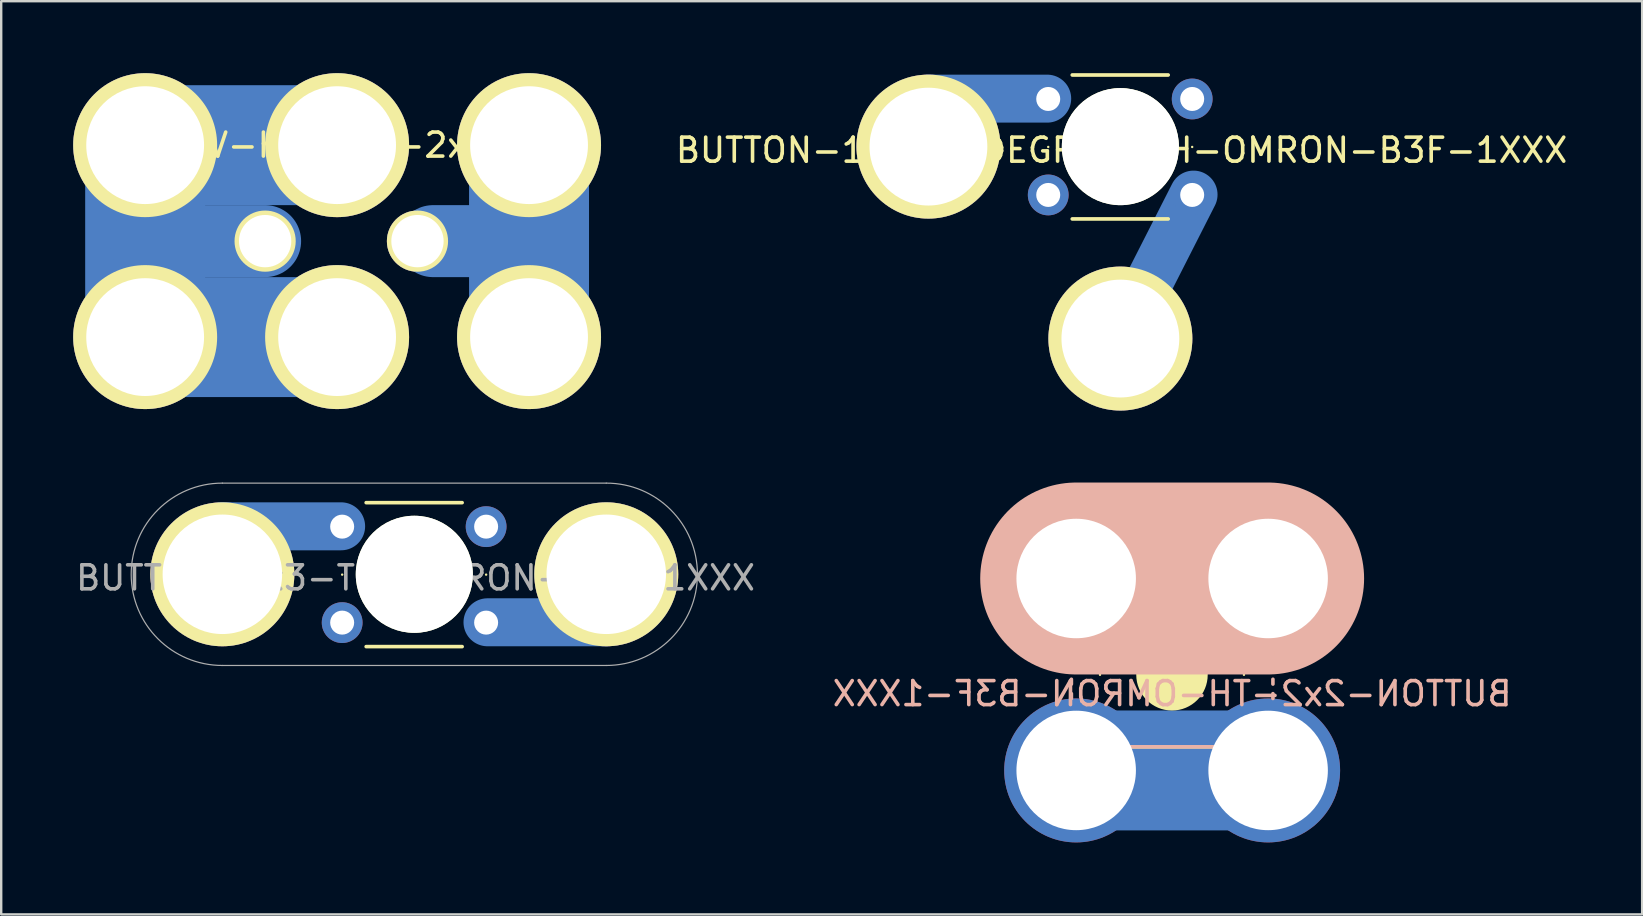
<source format=kicad_pcb>
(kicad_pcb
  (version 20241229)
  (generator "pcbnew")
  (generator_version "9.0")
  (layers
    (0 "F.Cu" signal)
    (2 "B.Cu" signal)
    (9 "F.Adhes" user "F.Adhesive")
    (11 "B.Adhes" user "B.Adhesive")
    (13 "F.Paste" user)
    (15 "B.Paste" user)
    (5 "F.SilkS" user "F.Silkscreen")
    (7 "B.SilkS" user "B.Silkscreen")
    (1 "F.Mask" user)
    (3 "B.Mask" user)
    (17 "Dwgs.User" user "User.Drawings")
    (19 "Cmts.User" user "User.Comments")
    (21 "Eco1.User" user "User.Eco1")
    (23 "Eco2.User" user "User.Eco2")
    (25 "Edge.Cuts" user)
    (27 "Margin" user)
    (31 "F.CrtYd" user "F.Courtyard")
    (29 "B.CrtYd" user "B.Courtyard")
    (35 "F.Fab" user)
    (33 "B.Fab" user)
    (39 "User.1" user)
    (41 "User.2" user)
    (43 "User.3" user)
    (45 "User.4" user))
  (footprint "BUTTON-1x3-90DEGREE-TH-OMRON-B3F-1XXX"
    (layer "F.Cu")
    (at 43.646 3.061)
    (property "Reference" "BUTTON-1x3-90DEGREE-TH-OMRON-B3F-1XXX" (at 0.05 0.15 0) (layer "F.SilkS") (effects (font (size 1 1) (thickness 0.15))))
    (attr through_hole)
    (fp_line (start -3.05 -2) (end -8 -2) (stroke (width 2) (type solid)) (layer "B.Cu"))
    (fp_line (start 0 8) (end 3.05 2) (stroke (width 2) (type solid)) (layer "B.Cu"))
    (fp_line (start -3.007 0.014) (end -3.007 0.014) (stroke (width 0.1) (type solid)) (layer "F.SilkS"))
    (fp_line (start -2.007 -2.986) (end 1.993 -2.986) (stroke (width 0.15) (type solid)) (layer "F.SilkS"))
    (fp_line (start -2.007 3.014) (end 1.993 3.014) (stroke (width 0.15) (type solid)) (layer "F.SilkS"))
    (fp_line (start 1.993 -2.986) (end -2.007 -2.986) (stroke (width 0.1) (type solid)) (layer "F.SilkS"))
    (fp_line (start 1.993 3.014) (end -2.007 3.014) (stroke (width 0.1) (type solid)) (layer "F.SilkS"))
    (fp_line (start 2.993 0.014) (end 2.993 0.014) (stroke (width 0.1) (type solid)) (layer "F.SilkS"))
    (fp_circle (center -0.007 0.014) (end 0.993 1.014) (stroke (width 0) (type solid)) (fill yes) (layer "F.SilkS"))
    (pad "" np_thru_hole circle (at 0 0) (size 4.88 4.88) (drill 4.91) (layers "*.Cu" "*.Mask" "F.SilkS"))
    (pad "1" thru_hole circle (at -8 0) (size 6 6) (drill 4.91) (layers "*.Cu" "*.Mask" "F.SilkS"))
    (pad "1" thru_hole circle (at -3.007 -1.986) (size 1.7 1.7) (drill 1) (layers "*.Cu" "*.Mask"))
    (pad "1" thru_hole circle (at 2.993 -1.986) (size 1.7 1.7) (drill 1) (layers "*.Cu" "*.Mask"))
    (pad "2" thru_hole circle (at -3.007 2.014) (size 1.7 1.7) (drill 1) (layers "*.Cu" "*.Mask"))
    (pad "2" thru_hole circle (at 0 8) (size 6 6) (drill 4.91) (layers "*.Cu" "*.Mask" "F.SilkS"))
    (pad "2" thru_hole circle (at 2.993 2.014) (size 1.7 1.7) (drill 1) (layers "*.Cu" "*.Mask")))
  (footprint "9V-HEADER-2x4"
    (layer "F.Cu")
    (at 15 7)
    (property "Reference" "9V-HEADER-2x4" (at -4 -4 0) (layer "F.SilkS") (effects (font (size 1 1) (thickness 0.15))))
    (attr through_hole)
    (fp_line (start -12 -4) (end -12 4) (stroke (width 5) (type solid)) (layer "B.Cu"))
    (fp_line (start -12 4) (end -4 4) (stroke (width 5) (type solid)) (layer "B.Cu"))
    (fp_line (start -7 0) (end -12 0) (stroke (width 3) (type solid)) (layer "B.Cu"))
    (fp_line (start -4 -4) (end -12 -4) (stroke (width 5) (type solid)) (layer "B.Cu"))
    (fp_line (start 0 0) (end 4 0) (stroke (width 3) (type solid)) (layer "B.Cu"))
    (fp_line (start 4 -4) (end 4 4) (stroke (width 5) (type solid)) (layer "B.Cu"))
    (fp_line (start -12 -4) (end -12 4) (stroke (width 5) (type solid)) (layer "B.Mask"))
    (fp_line (start -12 4) (end -4 4) (stroke (width 5) (type solid)) (layer "B.Mask"))
    (fp_line (start -7 0) (end -12 0) (stroke (width 3) (type solid)) (layer "B.Mask"))
    (fp_line (start -4 -4) (end -12 -4) (stroke (width 5) (type solid)) (layer "B.Mask"))
    (fp_line (start 0 0) (end 4 0) (stroke (width 3) (type solid)) (layer "B.Mask"))
    (fp_line (start 4 -4) (end 4 4) (stroke (width 5) (type solid)) (layer "B.Mask"))
    (pad "+" thru_hole circle (at -12 -4) (size 6 6) (drill 4.91) (layers "*.Cu" "*.Mask" "F.SilkS"))
    (pad "+" thru_hole circle (at -12 4) (size 6 6) (drill 4.91) (layers "*.Cu" "*.Mask" "F.SilkS"))
    (pad "+" thru_hole circle (at -7 0) (size 2.55 2.55) (drill 2.18) (layers "*.Cu" "*.Mask" "F.SilkS"))
    (pad "+" thru_hole circle (at -4 -4) (size 6 6) (drill 4.91) (layers "*.Cu" "*.Mask" "F.SilkS"))
    (pad "+" thru_hole circle (at -4 4) (size 6 6) (drill 4.91) (layers "*.Cu" "*.Mask" "F.SilkS"))
    (pad "-" thru_hole circle (at -0.65 0) (size 2.55 2.55) (drill 2.18) (layers "*.Cu" "*.Mask" "F.SilkS"))
    (pad "-" thru_hole circle (at 4 -4) (size 6 6) (drill 4.91) (layers "*.Cu" "*.Mask" "F.SilkS"))
    (pad "-" thru_hole circle (at 4 4) (size 6 6) (drill 4.91) (layers "*.Cu" "*.Mask" "F.SilkS")))
  (footprint "BUTTON-2x2-TH-OMRON-B3F-1XXX"
    (layer "F.Cu")
    (at 45.804 25.061)
    (property "Reference" "BUTTON-2x2-TH-OMRON-B3F-1XXX" (at 0 0.8 0) (layer "B.SilkS") (effects (font (size 1 1) (thickness 0.15)) (justify mirror)))
    (attr through_hole)
    (fp_line (start -4 -4) (end 4 -4) (stroke (width 5) (type solid)) (layer "B.Cu"))
    (fp_line (start -4 4) (end 4 4) (stroke (width 5) (type solid)) (layer "B.Cu"))
    (fp_line (start -4 -4) (end 4 -4) (stroke (width 5) (type solid)) (layer "B.Mask"))
    (fp_line (start -4 4) (end 4 4) (stroke (width 5) (type solid)) (layer "B.Mask"))
    (fp_line (start -3.007 0.014) (end -3.007 0.014) (stroke (width 0.1) (type solid)) (layer "F.SilkS"))
    (fp_line (start -2.007 -2.986) (end 1.993 -2.986) (stroke (width 0.15) (type solid)) (layer "F.SilkS"))
    (fp_line (start -2.007 3.014) (end 1.993 3.014) (stroke (width 0.15) (type solid)) (layer "F.SilkS"))
    (fp_line (start 1.993 -2.986) (end -2.007 -2.986) (stroke (width 0.1) (type solid)) (layer "F.SilkS"))
    (fp_line (start 1.993 3.014) (end -2.007 3.014) (stroke (width 0.1) (type solid)) (layer "F.SilkS"))
    (fp_line (start 2.993 0.014) (end 2.993 0.014) (stroke (width 0.1) (type solid)) (layer "F.SilkS"))
    (fp_circle (center -0.007 0.014) (end 0.993 1.014) (stroke (width 0) (type solid)) (fill yes) (layer "F.SilkS"))
    (fp_circle (center -0.007 0.014) (end 0.993 1.014) (stroke (width 0.15) (type solid)) (fill no) (layer "F.SilkS"))
    (fp_line (start -4.2 -1) (end -4.2 -0.8) (stroke (width 0.15) (type solid)) (layer "B.SilkS"))
    (fp_line (start -4.2 -0.4) (end -4.2 -0.2) (stroke (width 0.15) (type solid)) (layer "B.SilkS"))
    (fp_line (start -4.2 0.2) (end -4.2 0.4) (stroke (width 0.15) (type solid)) (layer "B.SilkS"))
    (fp_line (start -4.2 0.8) (end -4.2 1) (stroke (width 0.15) (type solid)) (layer "B.SilkS"))
    (fp_line (start -4 -4) (end 4 -4) (stroke (width 8) (type solid)) (layer "B.SilkS"))
    (fp_line (start -2.007 -3) (end 1.993 -3) (stroke (width 0.15) (type solid)) (layer "B.SilkS"))
    (fp_line (start -2.007 3.014) (end 1.993 3.014) (stroke (width 0.15) (type solid)) (layer "B.SilkS"))
    (fp_line (start 4.2 -1) (end 4.2 -0.8) (stroke (width 0.15) (type solid)) (layer "B.SilkS"))
    (fp_line (start 4.2 -0.4) (end 4.2 -0.2) (stroke (width 0.15) (type solid)) (layer "B.SilkS"))
    (fp_line (start 4.2 0.2) (end 4.2 0.4) (stroke (width 0.15) (type solid)) (layer "B.SilkS"))
    (fp_line (start 4.2 0.8) (end 4.2 1) (stroke (width 0.15) (type solid)) (layer "B.SilkS"))
    (pad "1" thru_hole circle (at -4 -4) (size 6 6) (drill 4.98) (layers "*.Cu" "*.Mask"))
    (pad "1" thru_hole circle (at 4 -4) (size 6 6) (drill 4.98) (layers "*.Cu" "*.Mask"))
    (pad "2" thru_hole circle (at -4 4) (size 6 6) (drill 4.98) (layers "*.Cu" "*.Mask"))
    (pad "2" thru_hole circle (at 4 4) (size 6 6) (drill 4.98) (layers "*.Cu" "*.Mask")))
  (footprint "BUTTON-1x3-TH-OMRON-B3F-1XXX"
    (layer "F.Cu")
    (at 6.218 20.886)
    (property "Reference" "BUTTON-1x3-TH-OMRON-B3F-1XXX" (at 8.05 0.15 0) (layer "F.Fab") (effects (font (size 1 1) (thickness 0.15))))
    (attr through_hole)
    (fp_line (start 4.95 -2) (end 0 -2) (stroke (width 2) (type solid)) (layer "B.Cu"))
    (fp_line (start 16 2) (end 11.05 2) (stroke (width 2) (type solid)) (layer "B.Cu"))
    (fp_line (start 4.993 0.014) (end 4.993 0.014) (stroke (width 0.1) (type solid)) (layer "F.SilkS"))
    (fp_line (start 5.993 -2.986) (end 9.993 -2.986) (stroke (width 0.15) (type solid)) (layer "F.SilkS"))
    (fp_line (start 5.993 3.014) (end 9.993 3.014) (stroke (width 0.15) (type solid)) (layer "F.SilkS"))
    (fp_line (start 9.993 -2.986) (end 5.993 -2.986) (stroke (width 0.1) (type solid)) (layer "F.SilkS"))
    (fp_line (start 9.993 3.014) (end 5.993 3.014) (stroke (width 0.1) (type solid)) (layer "F.SilkS"))
    (fp_line (start 10.993 0.014) (end 10.993 0.014) (stroke (width 0.1) (type solid)) (layer "F.SilkS"))
    (fp_circle (center 7.993 0.014) (end 8.993 1.014) (stroke (width 0) (type solid)) (fill yes) (layer "F.SilkS"))
    (fp_line (start 0 -3.8) (end 16 -3.8) (stroke (width 0.05) (type solid)) (layer "F.Fab"))
    (fp_line (start 16 3.8) (end 0 3.8) (stroke (width 0.05) (type solid)) (layer "F.Fab"))
    (fp_arc (start 0 3.8) (mid -3.8 0) (end 0 -3.8) (stroke (width 0.05) (type solid)) (layer "F.Fab"))
    (fp_arc (start 16 -3.8) (mid 19.8 0) (end 16 3.8) (stroke (width 0.05) (type solid)) (layer "F.Fab"))
    (pad "" np_thru_hole circle (at 8 0) (size 4.88 4.88) (drill 4.98) (layers "*.Cu" "*.Mask" "F.SilkS"))
    (pad "1" thru_hole circle (at 0 0) (size 6 6) (drill 4.98) (layers "*.Cu" "*.Mask" "F.SilkS"))
    (pad "1" thru_hole circle (at 4.993 -1.986) (size 1.7 1.7) (drill 1) (layers "*.Cu" "*.Mask"))
    (pad "1" thru_hole circle (at 10.993 -1.986) (size 1.7 1.7) (drill 1) (layers "*.Cu" "*.Mask"))
    (pad "2" thru_hole circle (at 4.993 2.014) (size 1.7 1.7) (drill 1) (layers "*.Cu" "*.Mask"))
    (pad "2" thru_hole circle (at 10.993 2.014) (size 1.7 1.7) (drill 1) (layers "*.Cu" "*.Mask"))
    (pad "2" thru_hole circle (at 16 0) (size 6 6) (drill 4.98) (layers "*.Cu" "*.Mask" "F.SilkS")))
  (gr_rect
    (start -3 -3)
    (end 65.393 35.061)
    (stroke (width 0.1) (type default))
    (fill no)
    (layer "Edge.Cuts")))
</source>
